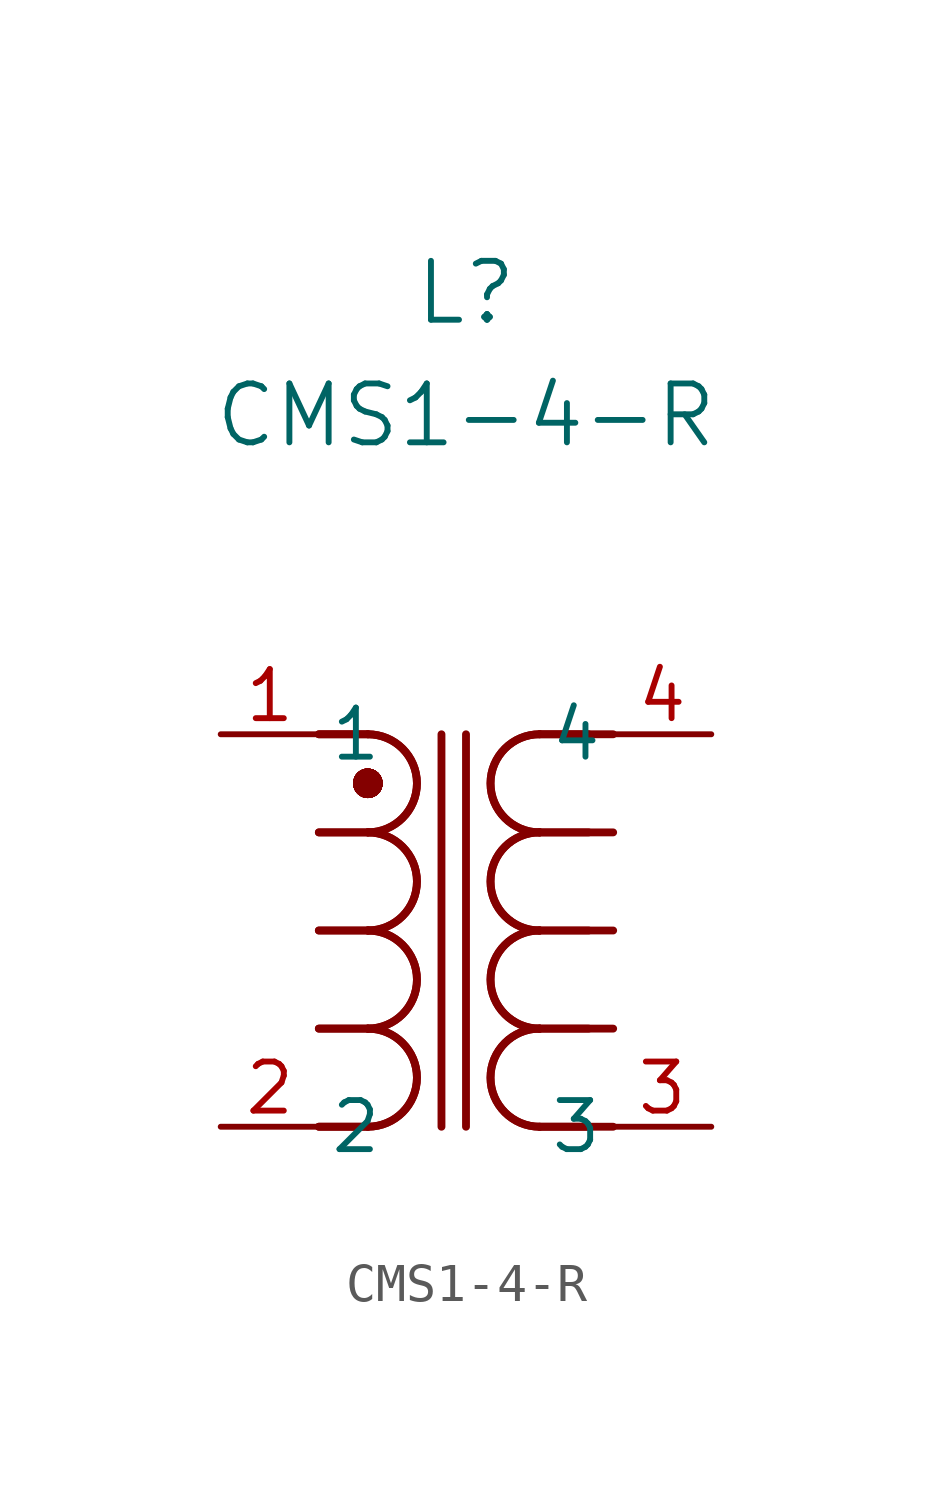
<source format=kicad_sym>
(kicad_symbol_lib
  (version 20211014)
  (generator kicad_symbol_editor)
  (symbol "CMS1-4-R"
    (pin_names
      (offset 0.254))
    (property "Reference" "L"
      (at 6.35 11.43 0)
      (effects (font (size 1.524 1.524))))
    (property "Value" "CMS1-4-R"
      (at 6.35 8.255 0)
      (effects (font (size 1.524 1.524))))
    (arc
      (start 3.81 -7.62)
      (mid 5.08 -6.35)
      (end 3.81 -5.08)
      (stroke (width 0.2032) (type default) (color 0 0 0 0))
      (fill (type none)))
    (arc
      (start 3.81 -10.16)
      (mid 5.08 -8.89)
      (end 3.81 -7.62)
      (stroke (width 0.2032) (type default) (color 0 0 0 0))
      (fill (type none)))
    (arc
      (start 3.81 -2.54)
      (mid 5.08 -1.27)
      (end 3.81 0)
      (stroke (width 0.2032) (type default) (color 0 0 0 0))
      (fill (type none)))
    (arc
      (start 3.81 -5.08)
      (mid 5.08 -3.81)
      (end 3.81 -2.54)
      (stroke (width 0.2032) (type default) (color 0 0 0 0))
      (fill (type none)))
    (polyline
      (pts (xy 2.54 -5.08) (xy 3.81 -5.08))
      (stroke (width 0.203) (type default) (color 0 0 0 0))
      (fill (type none)))
    (polyline
      (pts (xy 2.54 -7.62) (xy 3.81 -7.62))
      (stroke (width 0.203) (type default) (color 0 0 0 0))
      (fill (type none)))
    (polyline
      (pts (xy 3.683 -1.27) (xy 3.81 -1.27))
      (stroke (width 0.508) (type default) (color 0 0 0 0))
      (fill (type none)))
    (polyline
      (pts (xy 6.35 0) (xy 6.35 -10.16))
      (stroke (width 0.203) (type default) (color 0 0 0 0))
      (fill (type none)))
    (polyline
      (pts (xy 5.715 0) (xy 5.715 -10.16))
      (stroke (width 0.203) (type default) (color 0 0 0 0))
      (fill (type none)))
    (polyline
      (pts (xy 2.54 -10.16) (xy 3.81 -10.16))
      (stroke (width 0.203) (type default) (color 0 0 0 0))
      (fill (type none)))
    (polyline
      (pts (xy 2.54 -2.54) (xy 3.81 -2.54))
      (stroke (width 0.203) (type default) (color 0 0 0 0))
      (fill (type none)))
    (arc
      (start 3.81 -1.524)
      (mid 4.064 -1.27)
      (end 3.81 -1.016)
      (stroke (width 0.254) (type default) (color 0 0 0 0))
      (fill (type none)))
    (arc
      (start 3.81 -1.016)
      (mid 3.556 -1.27)
      (end 3.81 -1.524)
      (stroke (width 0.254) (type default) (color 0 0 0 0))
      (fill (type none)))
    (arc
      (start 3.81 -1.524)
      (mid 4.064 -1.27)
      (end 3.81 -1.016)
      (stroke (width 0.254) (type default) (color 0 0 0 0))
      (fill (type none)))
    (arc
      (start 3.81 -1.016)
      (mid 3.556 -1.27)
      (end 3.81 -1.524)
      (stroke (width 0.254) (type default) (color 0 0 0 0))
      (fill (type none)))
    (arc
      (start 3.81 -1.524)
      (mid 4.064 -1.27)
      (end 3.81 -1.016)
      (stroke (width 0.254) (type default) (color 0 0 0 0))
      (fill (type none)))
    (arc
      (start 3.81 -1.016)
      (mid 3.556 -1.27)
      (end 3.81 -1.524)
      (stroke (width 0.254) (type default) (color 0 0 0 0))
      (fill (type none)))
    (arc
      (start 3.81 -1.524)
      (mid 4.064 -1.27)
      (end 3.81 -1.016)
      (stroke (width 0.254) (type default) (color 0 0 0 0))
      (fill (type none)))
    (arc
      (start 3.81 -1.016)
      (mid 3.556 -1.27)
      (end 3.81 -1.524)
      (stroke (width 0.254) (type default) (color 0 0 0 0))
      (fill (type none)))
    (arc
      (start 3.81 -1.524)
      (mid 4.064 -1.27)
      (end 3.81 -1.016)
      (stroke (width 0.254) (type default) (color 0 0 0 0))
      (fill (type none)))
    (arc
      (start 3.81 -1.016)
      (mid 3.556 -1.27)
      (end 3.81 -1.524)
      (stroke (width 0.254) (type default) (color 0 0 0 0))
      (fill (type none)))
    (arc
      (start 3.81 -1.524)
      (mid 4.064 -1.27)
      (end 3.81 -1.016)
      (stroke (width 0.254) (type default) (color 0 0 0 0))
      (fill (type none)))
    (arc
      (start 3.81 -1.016)
      (mid 3.556 -1.27)
      (end 3.81 -1.524)
      (stroke (width 0.254) (type default) (color 0 0 0 0))
      (fill (type none)))
    (arc
      (start 3.81 -1.524)
      (mid 4.064 -1.27)
      (end 3.81 -1.016)
      (stroke (width 0.254) (type default) (color 0 0 0 0))
      (fill (type none)))
    (arc
      (start 3.81 -1.016)
      (mid 3.556 -1.27)
      (end 3.81 -1.524)
      (stroke (width 0.254) (type default) (color 0 0 0 0))
      (fill (type none)))
    (polyline
      (pts (xy 2.54 0) (xy 3.81 0))
      (stroke (width 0.203) (type default) (color 0 0 0 0))
      (fill (type none)))
    (arc
      (start 3.81 -7.62)
      (mid 5.08 -6.35)
      (end 3.81 -5.08)
      (stroke (width 0.2032) (type default) (color 0 0 0 0))
      (fill (type none)))
    (arc
      (start 3.81 -10.16)
      (mid 5.08 -8.89)
      (end 3.81 -7.62)
      (stroke (width 0.2032) (type default) (color 0 0 0 0))
      (fill (type none)))
    (arc
      (start 3.81 -2.54)
      (mid 5.08 -1.27)
      (end 3.81 0)
      (stroke (width 0.2032) (type default) (color 0 0 0 0))
      (fill (type none)))
    (arc
      (start 3.81 -5.08)
      (mid 5.08 -3.81)
      (end 3.81 -2.54)
      (stroke (width 0.2032) (type default) (color 0 0 0 0))
      (fill (type none)))
    (polyline
      (pts (xy 2.54 -5.08) (xy 3.81 -5.08))
      (stroke (width 0.203) (type default) (color 0 0 0 0))
      (fill (type none)))
    (polyline
      (pts (xy 2.54 -7.62) (xy 3.81 -7.62))
      (stroke (width 0.203) (type default) (color 0 0 0 0))
      (fill (type none)))
    (polyline
      (pts (xy 3.683 -1.27) (xy 3.81 -1.27))
      (stroke (width 0.508) (type default) (color 0 0 0 0))
      (fill (type none)))
    (polyline
      (pts (xy 2.54 -10.16) (xy 3.81 -10.16))
      (stroke (width 0.203) (type default) (color 0 0 0 0))
      (fill (type none)))
    (polyline
      (pts (xy 2.54 -2.54) (xy 3.81 -2.54))
      (stroke (width 0.203) (type default) (color 0 0 0 0))
      (fill (type none)))
    (arc
      (start 3.81 -1.524)
      (mid 4.064 -1.27)
      (end 3.81 -1.016)
      (stroke (width 0.254) (type default) (color 0 0 0 0))
      (fill (type none)))
    (arc
      (start 3.81 -1.016)
      (mid 3.556 -1.27)
      (end 3.81 -1.524)
      (stroke (width 0.254) (type default) (color 0 0 0 0))
      (fill (type none)))
    (arc
      (start 3.81 -1.524)
      (mid 4.064 -1.27)
      (end 3.81 -1.016)
      (stroke (width 0.254) (type default) (color 0 0 0 0))
      (fill (type none)))
    (arc
      (start 3.81 -1.016)
      (mid 3.556 -1.27)
      (end 3.81 -1.524)
      (stroke (width 0.254) (type default) (color 0 0 0 0))
      (fill (type none)))
    (arc
      (start 3.81 -1.524)
      (mid 4.064 -1.27)
      (end 3.81 -1.016)
      (stroke (width 0.254) (type default) (color 0 0 0 0))
      (fill (type none)))
    (arc
      (start 3.81 -1.016)
      (mid 3.556 -1.27)
      (end 3.81 -1.524)
      (stroke (width 0.254) (type default) (color 0 0 0 0))
      (fill (type none)))
    (arc
      (start 3.81 -1.524)
      (mid 4.064 -1.27)
      (end 3.81 -1.016)
      (stroke (width 0.254) (type default) (color 0 0 0 0))
      (fill (type none)))
    (arc
      (start 3.81 -1.016)
      (mid 3.556 -1.27)
      (end 3.81 -1.524)
      (stroke (width 0.254) (type default) (color 0 0 0 0))
      (fill (type none)))
    (arc
      (start 3.81 -1.524)
      (mid 4.064 -1.27)
      (end 3.81 -1.016)
      (stroke (width 0.254) (type default) (color 0 0 0 0))
      (fill (type none)))
    (arc
      (start 3.81 -1.016)
      (mid 3.556 -1.27)
      (end 3.81 -1.524)
      (stroke (width 0.254) (type default) (color 0 0 0 0))
      (fill (type none)))
    (arc
      (start 3.81 -1.524)
      (mid 4.064 -1.27)
      (end 3.81 -1.016)
      (stroke (width 0.254) (type default) (color 0 0 0 0))
      (fill (type none)))
    (arc
      (start 3.81 -1.016)
      (mid 3.556 -1.27)
      (end 3.81 -1.524)
      (stroke (width 0.254) (type default) (color 0 0 0 0))
      (fill (type none)))
    (arc
      (start 3.81 -1.524)
      (mid 4.064 -1.27)
      (end 3.81 -1.016)
      (stroke (width 0.254) (type default) (color 0 0 0 0))
      (fill (type none)))
    (arc
      (start 3.81 -1.016)
      (mid 3.556 -1.27)
      (end 3.81 -1.524)
      (stroke (width 0.254) (type default) (color 0 0 0 0))
      (fill (type none)))
    (polyline
      (pts (xy 2.54 0) (xy 3.81 0))
      (stroke (width 0.203) (type default) (color 0 0 0 0))
      (fill (type none)))
    (polyline
      (pts (xy 10.16 0) (xy 8.255 0))
      (stroke (width 0.203) (type default) (color 0 0 0 0))
      (fill (type none)))
    (arc
      (start 8.255 -5.08)
      (mid 6.985 -6.35)
      (end 8.255 -7.62)
      (stroke (width 0.2032) (type default) (color 0 0 0 0))
      (fill (type none)))
    (arc
      (start 8.255 -7.62)
      (mid 6.985 -8.89)
      (end 8.255 -10.16)
      (stroke (width 0.2032) (type default) (color 0 0 0 0))
      (fill (type none)))
    (arc
      (start 8.255 0)
      (mid 6.985 -1.27)
      (end 8.255 -2.54)
      (stroke (width 0.2032) (type default) (color 0 0 0 0))
      (fill (type none)))
    (arc
      (start 8.255 -2.54)
      (mid 6.985 -3.81)
      (end 8.255 -5.08)
      (stroke (width 0.2032) (type default) (color 0 0 0 0))
      (fill (type none)))
    (polyline
      (pts (xy 10.16 -5.08) (xy 8.255 -5.08))
      (stroke (width 0.203) (type default) (color 0 0 0 0))
      (fill (type none)))
    (polyline
      (pts (xy 10.16 -7.62) (xy 8.255 -7.62))
      (stroke (width 0.203) (type default) (color 0 0 0 0))
      (fill (type none)))
    (polyline
      (pts (xy 10.16 -10.16) (xy 8.255 -10.16))
      (stroke (width 0.203) (type default) (color 0 0 0 0))
      (fill (type none)))
    (polyline
      (pts (xy 10.16 -2.54) (xy 8.255 -2.54))
      (stroke (width 0.203) (type default) (color 0 0 0 0))
      (fill (type none)))
    (arc
      (start 8.255 -5.08)
      (mid 6.985 -6.35)
      (end 8.255 -7.62)
      (stroke (width 0.2032) (type default) (color 0 0 0 0))
      (fill (type none)))
    (arc
      (start 8.255 -7.62)
      (mid 6.985 -8.89)
      (end 8.255 -10.16)
      (stroke (width 0.2032) (type default) (color 0 0 0 0))
      (fill (type none)))
    (arc
      (start 8.255 0)
      (mid 6.985 -1.27)
      (end 8.255 -2.54)
      (stroke (width 0.2032) (type default) (color 0 0 0 0))
      (fill (type none)))
    (arc
      (start 8.255 -2.54)
      (mid 6.985 -3.81)
      (end 8.255 -5.08)
      (stroke (width 0.2032) (type default) (color 0 0 0 0))
      (fill (type none)))
    (polyline
      (pts (xy 9.525 -5.08) (xy 8.255 -5.08))
      (stroke (width 0.203) (type default) (color 0 0 0 0))
      (fill (type none)))
    (polyline
      (pts (xy 9.525 -7.62) (xy 8.255 -7.62))
      (stroke (width 0.203) (type default) (color 0 0 0 0))
      (fill (type none)))
    (polyline
      (pts (xy 9.525 -10.16) (xy 8.255 -10.16))
      (stroke (width 0.203) (type default) (color 0 0 0 0))
      (fill (type none)))
    (polyline
      (pts (xy 9.525 -2.54) (xy 8.255 -2.54))
      (stroke (width 0.203) (type default) (color 0 0 0 0))
      (fill (type none)))
    (polyline
      (pts (xy 9.525 0) (xy 8.255 0))
      (stroke (width 0.203) (type default) (color 0 0 0 0))
      (fill (type none)))
    (pin unspecified line
      (at 0 0 0)
      (length 2.54)
      (name "1" (effects (font (size 1.27 1.27))))
      (number "1" (effects (font (size 1.27 1.27)))))
    (pin unspecified line
      (at 0 -10.16 0)
      (length 2.54)
      (name "2" (effects (font (size 1.27 1.27))))
      (number "2" (effects (font (size 1.27 1.27)))))
    (pin unspecified line
      (at 12.7 -10.16 180)
      (length 2.54)
      (name "3" (effects (font (size 1.27 1.27))))
      (number "3" (effects (font (size 1.27 1.27)))))
    (pin unspecified line
      (at 12.7 0 180)
      (length 2.54)
      (name "4" (effects (font (size 1.27 1.27))))
      (number "4" (effects (font (size 1.27 1.27)))))))
</source>
